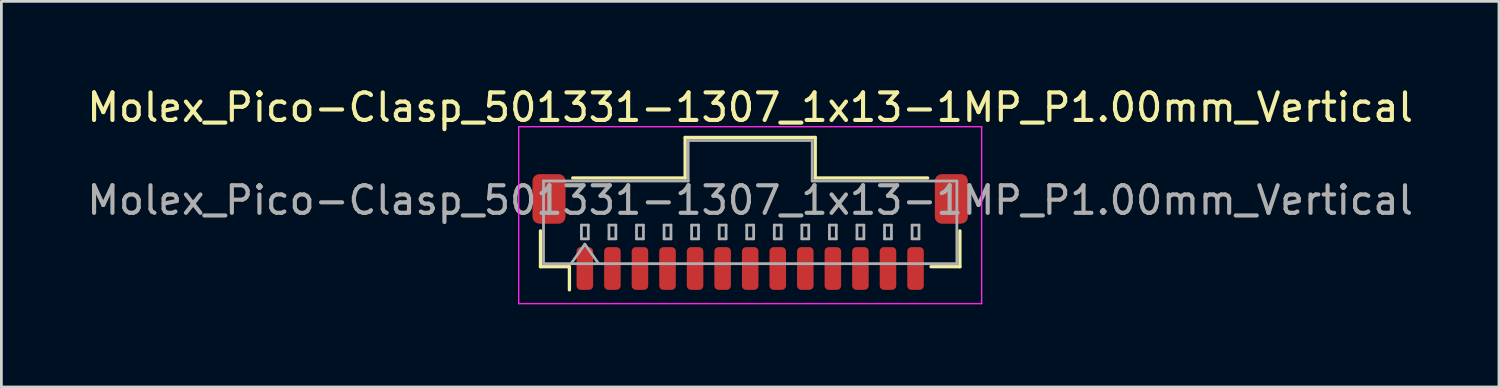
<source format=kicad_pcb>
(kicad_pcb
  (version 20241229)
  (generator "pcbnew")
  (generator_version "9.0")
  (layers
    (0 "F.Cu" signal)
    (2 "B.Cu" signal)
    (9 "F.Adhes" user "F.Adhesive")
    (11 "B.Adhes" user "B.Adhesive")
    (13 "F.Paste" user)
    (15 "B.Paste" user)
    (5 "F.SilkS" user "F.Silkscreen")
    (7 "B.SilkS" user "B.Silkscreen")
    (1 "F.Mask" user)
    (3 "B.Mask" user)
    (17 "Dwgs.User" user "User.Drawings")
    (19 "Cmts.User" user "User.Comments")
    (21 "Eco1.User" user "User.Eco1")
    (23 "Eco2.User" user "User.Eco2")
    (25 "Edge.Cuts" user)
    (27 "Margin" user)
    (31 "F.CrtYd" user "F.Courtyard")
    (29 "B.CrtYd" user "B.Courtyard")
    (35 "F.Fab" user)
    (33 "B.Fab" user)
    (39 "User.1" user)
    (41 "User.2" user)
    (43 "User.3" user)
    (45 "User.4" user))
  (footprint "Molex_Pico-Clasp_501331-1307_1x13-1MP_P1.00mm_Vertical"
    (layer "F.Cu")
    (at 24.173 5.368)
    (property "Reference" "Molex_Pico-Clasp_501331-1307_1x13-1MP_P1.00mm_Vertical" (at 0 -4.52 0) (layer "F.SilkS") (effects (font (size 1 1) (thickness 0.15))))
    (attr smd)
    (fp_line (start -7.61 -0.04) (end -7.61 1.26) (stroke (width 0.12) (type solid)) (layer "F.SilkS"))
    (fp_line (start -7.61 1.26) (end -6.56 1.26) (stroke (width 0.12) (type solid)) (layer "F.SilkS"))
    (fp_line (start -6.56 1.26) (end -6.56 2.1) (stroke (width 0.12) (type solid)) (layer "F.SilkS"))
    (fp_line (start -6.44 -1.96) (end -2.36 -1.96) (stroke (width 0.12) (type solid)) (layer "F.SilkS"))
    (fp_line (start -2.36 -3.43) (end 2.36 -3.43) (stroke (width 0.12) (type solid)) (layer "F.SilkS"))
    (fp_line (start -2.36 -1.96) (end -2.36 -3.43) (stroke (width 0.12) (type solid)) (layer "F.SilkS"))
    (fp_line (start 2.36 -3.43) (end 2.36 -1.96) (stroke (width 0.12) (type solid)) (layer "F.SilkS"))
    (fp_line (start 2.36 -1.96) (end 6.44 -1.96) (stroke (width 0.12) (type solid)) (layer "F.SilkS"))
    (fp_line (start 7.61 -0.04) (end 7.61 1.26) (stroke (width 0.12) (type solid)) (layer "F.SilkS"))
    (fp_line (start 7.61 1.26) (end 6.56 1.26) (stroke (width 0.12) (type solid)) (layer "F.SilkS"))
    (fp_line (start -8.4 -3.82) (end -8.4 2.6) (stroke (width 0.05) (type solid)) (layer "F.CrtYd"))
    (fp_line (start -8.4 2.6) (end 8.4 2.6) (stroke (width 0.05) (type solid)) (layer "F.CrtYd"))
    (fp_line (start 8.4 -3.82) (end -8.4 -3.82) (stroke (width 0.05) (type solid)) (layer "F.CrtYd"))
    (fp_line (start 8.4 2.6) (end 8.4 -3.82) (stroke (width 0.05) (type solid)) (layer "F.CrtYd"))
    (fp_line (start -7.5 -1.85) (end -2.25 -1.85) (stroke (width 0.1) (type solid)) (layer "F.Fab"))
    (fp_line (start -7.5 1.15) (end -7.5 -1.85) (stroke (width 0.1) (type solid)) (layer "F.Fab"))
    (fp_line (start -7.5 1.15) (end 7.5 1.15) (stroke (width 0.1) (type solid)) (layer "F.Fab"))
    (fp_line (start -6.5 1.15) (end -6 0.443) (stroke (width 0.1) (type solid)) (layer "F.Fab"))
    (fp_line (start -6.125 -0.25) (end -6.125 0.25) (stroke (width 0.1) (type solid)) (layer "F.Fab"))
    (fp_line (start -6.125 0.25) (end -5.875 0.25) (stroke (width 0.1) (type solid)) (layer "F.Fab"))
    (fp_line (start -6 0.443) (end -5.5 1.15) (stroke (width 0.1) (type solid)) (layer "F.Fab"))
    (fp_line (start -5.875 -0.25) (end -6.125 -0.25) (stroke (width 0.1) (type solid)) (layer "F.Fab"))
    (fp_line (start -5.875 0.25) (end -5.875 -0.25) (stroke (width 0.1) (type solid)) (layer "F.Fab"))
    (fp_line (start -5.125 -0.25) (end -5.125 0.25) (stroke (width 0.1) (type solid)) (layer "F.Fab"))
    (fp_line (start -5.125 0.25) (end -4.875 0.25) (stroke (width 0.1) (type solid)) (layer "F.Fab"))
    (fp_line (start -4.875 -0.25) (end -5.125 -0.25) (stroke (width 0.1) (type solid)) (layer "F.Fab"))
    (fp_line (start -4.875 0.25) (end -4.875 -0.25) (stroke (width 0.1) (type solid)) (layer "F.Fab"))
    (fp_line (start -4.125 -0.25) (end -4.125 0.25) (stroke (width 0.1) (type solid)) (layer "F.Fab"))
    (fp_line (start -4.125 0.25) (end -3.875 0.25) (stroke (width 0.1) (type solid)) (layer "F.Fab"))
    (fp_line (start -3.875 -0.25) (end -4.125 -0.25) (stroke (width 0.1) (type solid)) (layer "F.Fab"))
    (fp_line (start -3.875 0.25) (end -3.875 -0.25) (stroke (width 0.1) (type solid)) (layer "F.Fab"))
    (fp_line (start -3.125 -0.25) (end -3.125 0.25) (stroke (width 0.1) (type solid)) (layer "F.Fab"))
    (fp_line (start -3.125 0.25) (end -2.875 0.25) (stroke (width 0.1) (type solid)) (layer "F.Fab"))
    (fp_line (start -2.875 -0.25) (end -3.125 -0.25) (stroke (width 0.1) (type solid)) (layer "F.Fab"))
    (fp_line (start -2.875 0.25) (end -2.875 -0.25) (stroke (width 0.1) (type solid)) (layer "F.Fab"))
    (fp_line (start -2.25 -3.32) (end 2.25 -3.32) (stroke (width 0.1) (type solid)) (layer "F.Fab"))
    (fp_line (start -2.25 -1.85) (end -2.25 -3.32) (stroke (width 0.1) (type solid)) (layer "F.Fab"))
    (fp_line (start -2.125 -0.25) (end -2.125 0.25) (stroke (width 0.1) (type solid)) (layer "F.Fab"))
    (fp_line (start -2.125 0.25) (end -1.875 0.25) (stroke (width 0.1) (type solid)) (layer "F.Fab"))
    (fp_line (start -1.875 -0.25) (end -2.125 -0.25) (stroke (width 0.1) (type solid)) (layer "F.Fab"))
    (fp_line (start -1.875 0.25) (end -1.875 -0.25) (stroke (width 0.1) (type solid)) (layer "F.Fab"))
    (fp_line (start -1.125 -0.25) (end -1.125 0.25) (stroke (width 0.1) (type solid)) (layer "F.Fab"))
    (fp_line (start -1.125 0.25) (end -0.875 0.25) (stroke (width 0.1) (type solid)) (layer "F.Fab"))
    (fp_line (start -0.875 -0.25) (end -1.125 -0.25) (stroke (width 0.1) (type solid)) (layer "F.Fab"))
    (fp_line (start -0.875 0.25) (end -0.875 -0.25) (stroke (width 0.1) (type solid)) (layer "F.Fab"))
    (fp_line (start -0.125 -0.25) (end -0.125 0.25) (stroke (width 0.1) (type solid)) (layer "F.Fab"))
    (fp_line (start -0.125 0.25) (end 0.125 0.25) (stroke (width 0.1) (type solid)) (layer "F.Fab"))
    (fp_line (start 0.125 -0.25) (end -0.125 -0.25) (stroke (width 0.1) (type solid)) (layer "F.Fab"))
    (fp_line (start 0.125 0.25) (end 0.125 -0.25) (stroke (width 0.1) (type solid)) (layer "F.Fab"))
    (fp_line (start 0.875 -0.25) (end 0.875 0.25) (stroke (width 0.1) (type solid)) (layer "F.Fab"))
    (fp_line (start 0.875 0.25) (end 1.125 0.25) (stroke (width 0.1) (type solid)) (layer "F.Fab"))
    (fp_line (start 1.125 -0.25) (end 0.875 -0.25) (stroke (width 0.1) (type solid)) (layer "F.Fab"))
    (fp_line (start 1.125 0.25) (end 1.125 -0.25) (stroke (width 0.1) (type solid)) (layer "F.Fab"))
    (fp_line (start 1.875 -0.25) (end 1.875 0.25) (stroke (width 0.1) (type solid)) (layer "F.Fab"))
    (fp_line (start 1.875 0.25) (end 2.125 0.25) (stroke (width 0.1) (type solid)) (layer "F.Fab"))
    (fp_line (start 2.125 -0.25) (end 1.875 -0.25) (stroke (width 0.1) (type solid)) (layer "F.Fab"))
    (fp_line (start 2.125 0.25) (end 2.125 -0.25) (stroke (width 0.1) (type solid)) (layer "F.Fab"))
    (fp_line (start 2.25 -3.32) (end 2.25 -1.85) (stroke (width 0.1) (type solid)) (layer "F.Fab"))
    (fp_line (start 2.25 -1.85) (end 7.5 -1.85) (stroke (width 0.1) (type solid)) (layer "F.Fab"))
    (fp_line (start 2.875 -0.25) (end 2.875 0.25) (stroke (width 0.1) (type solid)) (layer "F.Fab"))
    (fp_line (start 2.875 0.25) (end 3.125 0.25) (stroke (width 0.1) (type solid)) (layer "F.Fab"))
    (fp_line (start 3.125 -0.25) (end 2.875 -0.25) (stroke (width 0.1) (type solid)) (layer "F.Fab"))
    (fp_line (start 3.125 0.25) (end 3.125 -0.25) (stroke (width 0.1) (type solid)) (layer "F.Fab"))
    (fp_line (start 3.875 -0.25) (end 3.875 0.25) (stroke (width 0.1) (type solid)) (layer "F.Fab"))
    (fp_line (start 3.875 0.25) (end 4.125 0.25) (stroke (width 0.1) (type solid)) (layer "F.Fab"))
    (fp_line (start 4.125 -0.25) (end 3.875 -0.25) (stroke (width 0.1) (type solid)) (layer "F.Fab"))
    (fp_line (start 4.125 0.25) (end 4.125 -0.25) (stroke (width 0.1) (type solid)) (layer "F.Fab"))
    (fp_line (start 4.875 -0.25) (end 4.875 0.25) (stroke (width 0.1) (type solid)) (layer "F.Fab"))
    (fp_line (start 4.875 0.25) (end 5.125 0.25) (stroke (width 0.1) (type solid)) (layer "F.Fab"))
    (fp_line (start 5.125 -0.25) (end 4.875 -0.25) (stroke (width 0.1) (type solid)) (layer "F.Fab"))
    (fp_line (start 5.125 0.25) (end 5.125 -0.25) (stroke (width 0.1) (type solid)) (layer "F.Fab"))
    (fp_line (start 5.875 -0.25) (end 5.875 0.25) (stroke (width 0.1) (type solid)) (layer "F.Fab"))
    (fp_line (start 5.875 0.25) (end 6.125 0.25) (stroke (width 0.1) (type solid)) (layer "F.Fab"))
    (fp_line (start 6.125 -0.25) (end 5.875 -0.25) (stroke (width 0.1) (type solid)) (layer "F.Fab"))
    (fp_line (start 6.125 0.25) (end 6.125 -0.25) (stroke (width 0.1) (type solid)) (layer "F.Fab"))
    (fp_line (start 7.5 1.15) (end 7.5 -1.85) (stroke (width 0.1) (type solid)) (layer "F.Fab"))
    (fp_text user "${REFERENCE}" (at 0 -1.15 0) (layer "F.Fab") (effects (font (size 1 1) (thickness 0.15))))
    (pad "1" smd roundrect (at -6 1.325) (size 0.6 1.55) (layers "F.Cu" "F.Mask" "F.Paste") (roundrect_rratio 0.25))
    (pad "2" smd roundrect (at -5 1.325) (size 0.6 1.55) (layers "F.Cu" "F.Mask" "F.Paste") (roundrect_rratio 0.25))
    (pad "3" smd roundrect (at -4 1.325) (size 0.6 1.55) (layers "F.Cu" "F.Mask" "F.Paste") (roundrect_rratio 0.25))
    (pad "4" smd roundrect (at -3 1.325) (size 0.6 1.55) (layers "F.Cu" "F.Mask" "F.Paste") (roundrect_rratio 0.25))
    (pad "5" smd roundrect (at -2 1.325) (size 0.6 1.55) (layers "F.Cu" "F.Mask" "F.Paste") (roundrect_rratio 0.25))
    (pad "6" smd roundrect (at -1 1.325) (size 0.6 1.55) (layers "F.Cu" "F.Mask" "F.Paste") (roundrect_rratio 0.25))
    (pad "7" smd roundrect (at 0 1.325) (size 0.6 1.55) (layers "F.Cu" "F.Mask" "F.Paste") (roundrect_rratio 0.25))
    (pad "8" smd roundrect (at 1 1.325) (size 0.6 1.55) (layers "F.Cu" "F.Mask" "F.Paste") (roundrect_rratio 0.25))
    (pad "9" smd roundrect (at 2 1.325) (size 0.6 1.55) (layers "F.Cu" "F.Mask" "F.Paste") (roundrect_rratio 0.25))
    (pad "10" smd roundrect (at 3 1.325) (size 0.6 1.55) (layers "F.Cu" "F.Mask" "F.Paste") (roundrect_rratio 0.25))
    (pad "11" smd roundrect (at 4 1.325) (size 0.6 1.55) (layers "F.Cu" "F.Mask" "F.Paste") (roundrect_rratio 0.25))
    (pad "12" smd roundrect (at 5 1.325) (size 0.6 1.55) (layers "F.Cu" "F.Mask" "F.Paste") (roundrect_rratio 0.25))
    (pad "13" smd roundrect (at 6 1.325) (size 0.6 1.55) (layers "F.Cu" "F.Mask" "F.Paste") (roundrect_rratio 0.25))
    (pad "MP" smd roundrect (at -7.3 -1.2) (size 1.2 1.8) (layers "F.Cu" "F.Mask" "F.Paste") (roundrect_rratio 0.208))
    (pad "MP" smd roundrect (at 7.3 -1.2) (size 1.2 1.8) (layers "F.Cu" "F.Mask" "F.Paste") (roundrect_rratio 0.208)))
  (gr_rect
    (start -3 -3)
    (end 51.345 10.993)
    (stroke (width 0.1) (type default))
    (fill no)
    (layer "Edge.Cuts")))
</source>
